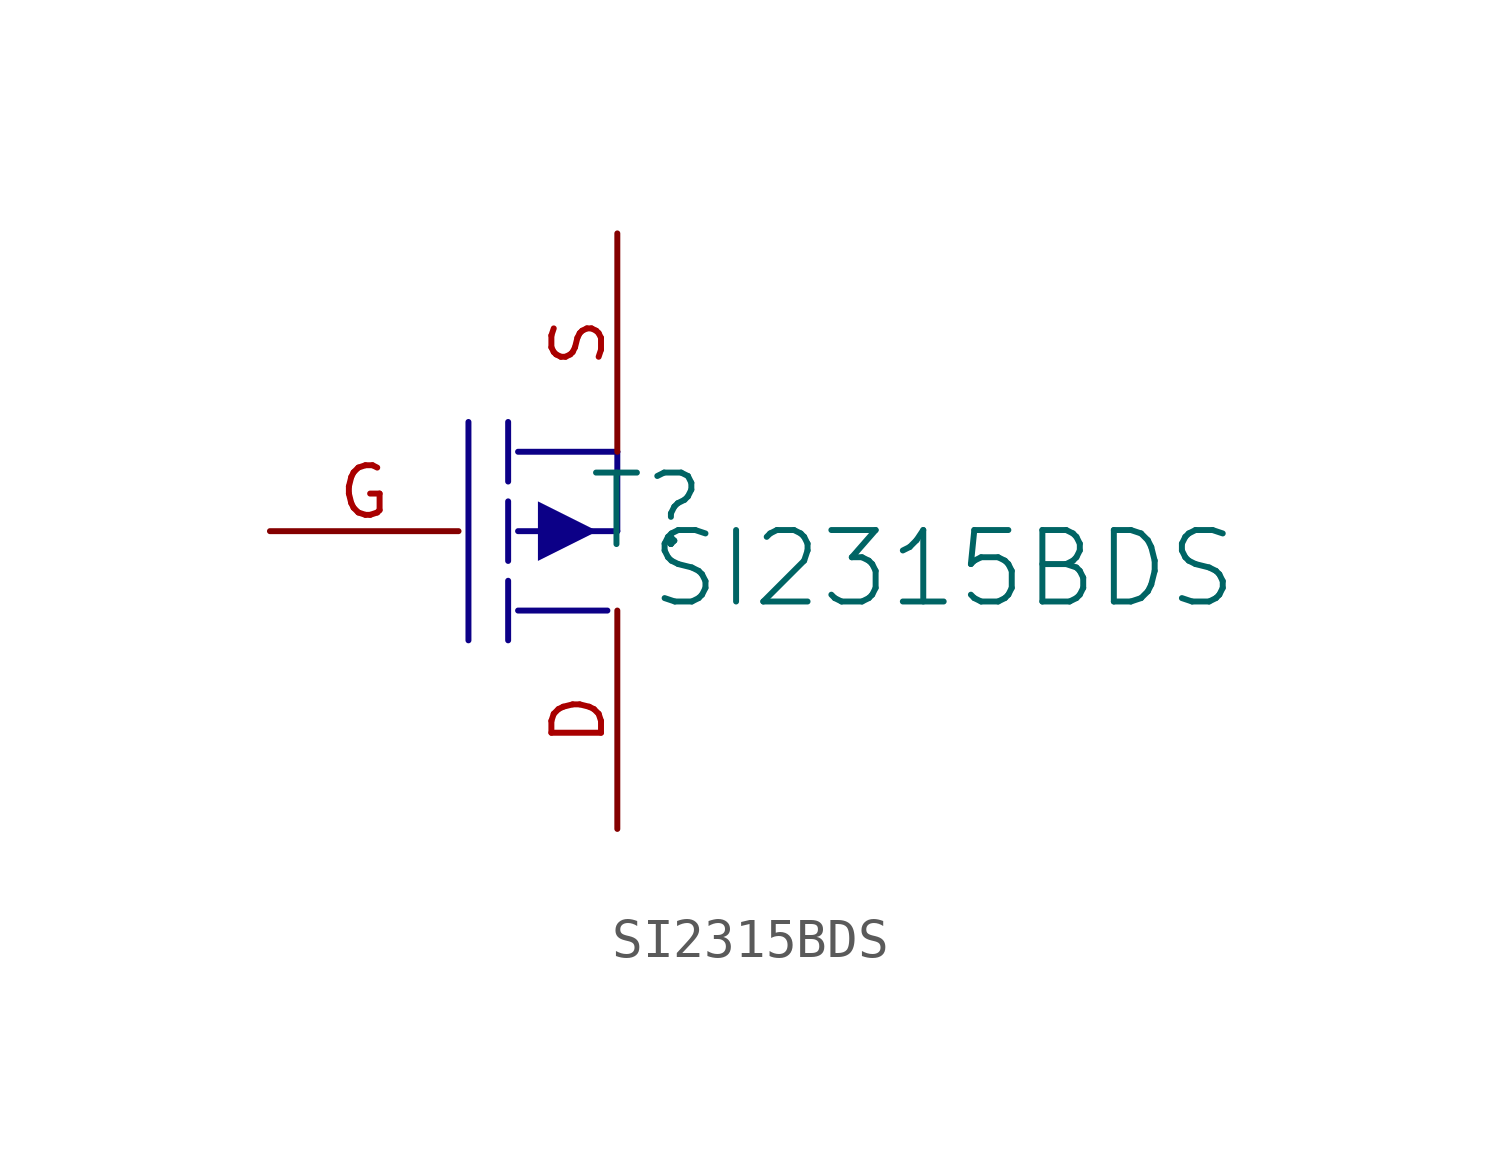
<source format=kicad_sym>
(kicad_symbol_lib
  (version 20241209)
  (generator "kicad_symbol_editor")
  (generator_version "9.0")
  (symbol "SI2315BDS"
    (pin_names
      (hide yes))
    (property "Reference" "T"
      (at 5.842 0.508 0)
      (effects (font (size 1.829 1.829))))
    (property "Value" "SI2315BDS"
      (at 5.842 -2.032 0)
      (effects (font (size 1.829 1.829)) (justify left bottom)))
    (symbol "SI2315BDS_1_0"
      (polyline (pts (xy 1.27 2.794) (xy 1.27 -2.794)) (stroke (width 0) (type solid) (color 12 0 135 1)) (fill (type none)))
      (polyline (pts (xy 2.286 2.794) (xy 2.286 1.27)) (stroke (width 0) (type solid) (color 12 0 135 1)) (fill (type none)))
      (polyline (pts (xy 2.286 0.762) (xy 2.286 -0.762)) (stroke (width 0) (type solid) (color 12 0 135 1)) (fill (type none)))
      (polyline (pts (xy 2.286 -1.27) (xy 2.286 -2.794)) (stroke (width 0) (type solid) (color 12 0 135 1)) (fill (type none)))
      (polyline (pts (xy 2.54 0) (xy 5.08 0)) (stroke (width 0) (type solid) (color 12 0 135 1)) (fill (type none)))
      (polyline (pts (xy 2.54 -2.032) (xy 4.826 -2.032)) (stroke (width 0) (type solid) (color 12 0 135 1)) (fill (type none)))
      (polyline (pts (xy 3.048 0.762) (xy 3.048 -0.762) (xy 4.572 0) (xy 3.048 0.762)) (stroke (width -0.0001) (type solid) (color 12 0 135 1)) (fill (type outline)))
      (polyline (pts (xy 5.08 2.032) (xy 2.54 2.032)) (stroke (width 0) (type solid) (color 12 0 135 1)) (fill (type none)))
      (polyline (pts (xy 5.08 0) (xy 5.08 2.032)) (stroke (width 0) (type solid) (color 12 0 135 1)) (fill (type none)))
      (pin passive line (at -3.81 0 0) (length 4.826) (name "G" (effects (font (size 1.27 1.27)))) (number "G" (effects (font (size 1.27 1.27)))))
      (pin passive line (at 5.08 7.62 270) (length 5.588) (name "S" (effects (font (size 1.27 1.27)))) (number "S" (effects (font (size 1.27 1.27)))))
      (pin passive line (at 5.08 -7.62 90) (length 5.588) (name "D" (effects (font (size 1.27 1.27)))) (number "D" (effects (font (size 1.27 1.27))))))))
</source>
